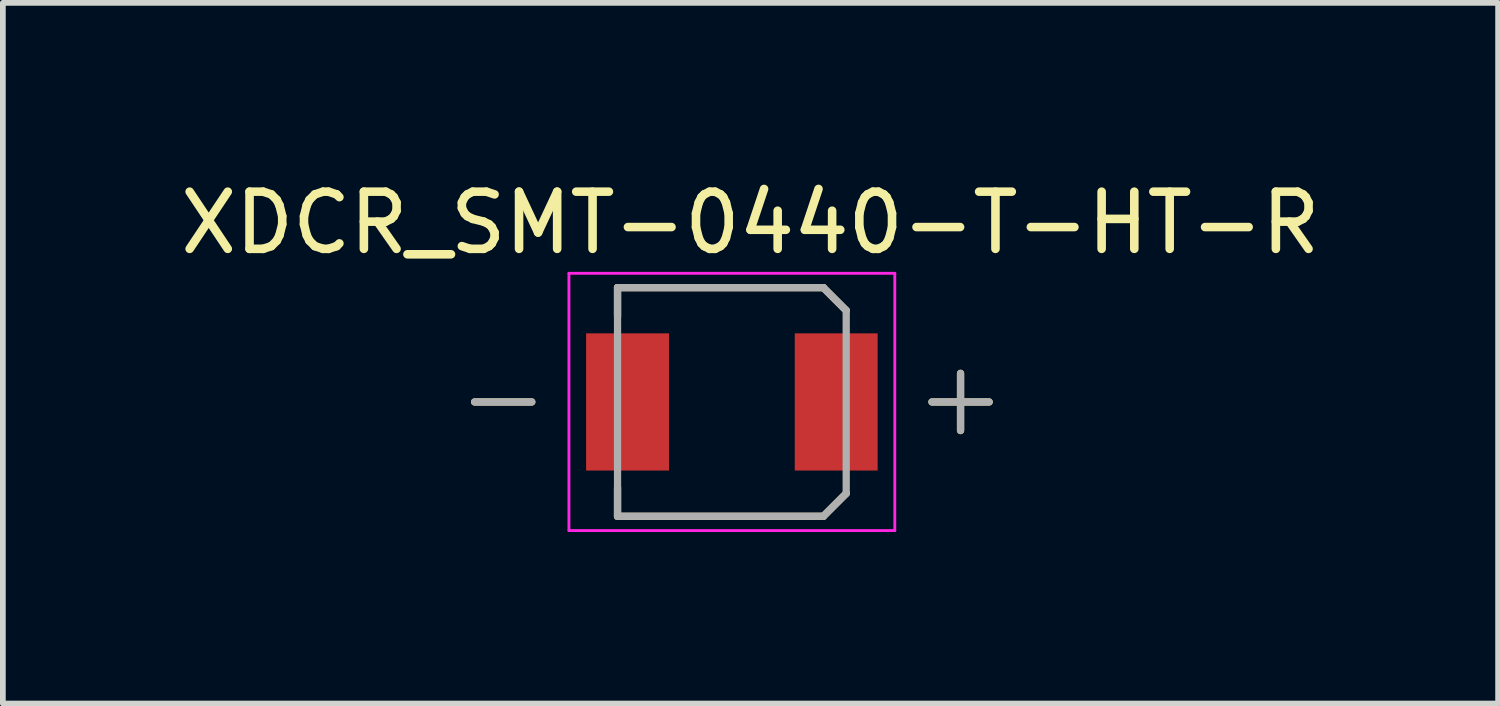
<source format=kicad_pcb>
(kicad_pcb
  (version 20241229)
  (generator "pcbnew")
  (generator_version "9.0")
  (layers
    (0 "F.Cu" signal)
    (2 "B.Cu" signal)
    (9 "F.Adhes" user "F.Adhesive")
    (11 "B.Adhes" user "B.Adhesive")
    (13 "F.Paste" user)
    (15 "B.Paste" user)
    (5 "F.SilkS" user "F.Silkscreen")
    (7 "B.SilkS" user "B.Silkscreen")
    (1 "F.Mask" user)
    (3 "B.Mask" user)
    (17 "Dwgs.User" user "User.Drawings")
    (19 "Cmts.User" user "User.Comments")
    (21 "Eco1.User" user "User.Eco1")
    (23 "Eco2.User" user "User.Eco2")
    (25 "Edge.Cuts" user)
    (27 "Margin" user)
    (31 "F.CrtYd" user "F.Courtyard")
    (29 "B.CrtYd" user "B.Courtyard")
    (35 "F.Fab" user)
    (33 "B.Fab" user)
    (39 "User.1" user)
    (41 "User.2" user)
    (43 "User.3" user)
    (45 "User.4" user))
  (footprint "XDCR_SMT-0440-T-HT-R"
    (layer "F.Cu")
    (at 9.752 3.981)
    (property "Reference" "XDCR_SMT-0440-T-HT-R" (at 0.325 -3.133 0) (layer "F.SilkS") (effects (font (size 1 1) (thickness 0.15))))
    (attr smd)
    (fp_line (start -4.5 0) (end -3.5 0) (stroke (width 0.127) (type solid)) (layer "F.SilkS"))
    (fp_line (start -2 -2) (end -2 -1.5) (stroke (width 0.127) (type solid)) (layer "F.SilkS"))
    (fp_line (start -2 -2) (end 1.6 -2) (stroke (width 0.127) (type solid)) (layer "F.SilkS"))
    (fp_line (start -2 2) (end -2 1.5) (stroke (width 0.127) (type solid)) (layer "F.SilkS"))
    (fp_line (start -2 2) (end 1.6 2) (stroke (width 0.127) (type solid)) (layer "F.SilkS"))
    (fp_line (start 1.6 -2) (end 2 -1.6) (stroke (width 0.127) (type solid)) (layer "F.SilkS"))
    (fp_line (start 1.6 2) (end 2 1.6) (stroke (width 0.127) (type solid)) (layer "F.SilkS"))
    (fp_line (start 3.5 0) (end 4.5 0) (stroke (width 0.127) (type solid)) (layer "F.SilkS"))
    (fp_line (start 4 -0.5) (end 4 0.5) (stroke (width 0.127) (type solid)) (layer "F.SilkS"))
    (fp_line (start -2.85 -2.25) (end 2.85 -2.25) (stroke (width 0.05) (type solid)) (layer "F.CrtYd"))
    (fp_line (start -2.85 2.25) (end -2.85 -2.25) (stroke (width 0.05) (type solid)) (layer "F.CrtYd"))
    (fp_line (start 2.85 -2.25) (end 2.85 2.25) (stroke (width 0.05) (type solid)) (layer "F.CrtYd"))
    (fp_line (start 2.85 2.25) (end -2.85 2.25) (stroke (width 0.05) (type solid)) (layer "F.CrtYd"))
    (fp_line (start -4.5 0) (end -3.5 0) (stroke (width 0.127) (type solid)) (layer "F.Fab"))
    (fp_line (start -2 -2) (end 1.6 -2) (stroke (width 0.127) (type solid)) (layer "F.Fab"))
    (fp_line (start -2 2) (end -2 -2) (stroke (width 0.127) (type solid)) (layer "F.Fab"))
    (fp_line (start -2 2) (end 1.6 2) (stroke (width 0.127) (type solid)) (layer "F.Fab"))
    (fp_line (start 1.6 -2) (end 2 -1.6) (stroke (width 0.127) (type solid)) (layer "F.Fab"))
    (fp_line (start 1.6 2) (end 2 1.6) (stroke (width 0.127) (type solid)) (layer "F.Fab"))
    (fp_line (start 2 -1.6) (end 2 1.6) (stroke (width 0.127) (type solid)) (layer "F.Fab"))
    (fp_line (start 3.5 0) (end 4.5 0) (stroke (width 0.127) (type solid)) (layer "F.Fab"))
    (fp_line (start 4 -0.5) (end 4 0.5) (stroke (width 0.127) (type solid)) (layer "F.Fab"))
    (pad "LOAD+" smd rect (at 1.825 0) (size 1.45 2.4) (layers "F.Cu" "F.Mask" "F.Paste"))
    (pad "LOAD-" smd rect (at -1.825 0) (size 1.45 2.4) (layers "F.Cu" "F.Mask" "F.Paste")))
  (gr_rect
    (start -3 -3)
    (end 23.155 9.256)
    (stroke (width 0.1) (type default))
    (fill no)
    (layer "Edge.Cuts")))
</source>
